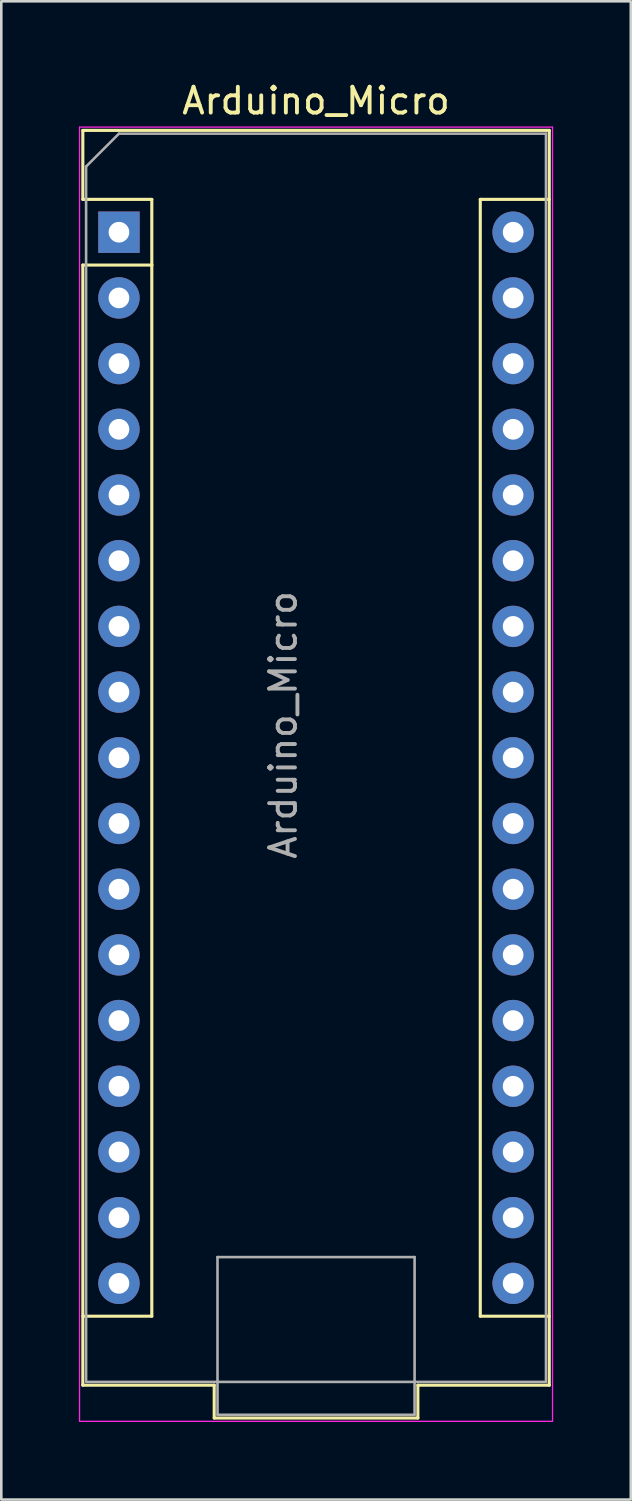
<source format=kicad_pcb>
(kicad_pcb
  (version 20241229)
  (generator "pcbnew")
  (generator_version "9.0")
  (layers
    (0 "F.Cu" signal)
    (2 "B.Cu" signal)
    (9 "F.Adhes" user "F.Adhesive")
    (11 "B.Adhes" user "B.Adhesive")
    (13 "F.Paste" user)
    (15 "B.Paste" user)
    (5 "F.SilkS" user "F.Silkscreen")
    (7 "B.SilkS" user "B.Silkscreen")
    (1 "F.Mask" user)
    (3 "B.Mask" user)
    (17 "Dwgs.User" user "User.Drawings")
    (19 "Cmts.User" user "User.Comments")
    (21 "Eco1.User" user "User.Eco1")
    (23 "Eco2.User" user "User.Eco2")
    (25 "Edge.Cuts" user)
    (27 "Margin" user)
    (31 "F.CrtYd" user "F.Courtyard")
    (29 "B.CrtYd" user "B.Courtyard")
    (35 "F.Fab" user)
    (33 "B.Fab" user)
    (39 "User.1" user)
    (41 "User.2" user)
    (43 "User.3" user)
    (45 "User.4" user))
  (footprint "Arduino_Micro"
    (layer "F.Cu")
    (at 1.549 5.928)
    (property "Reference" "Arduino_Micro" (at 7.62 -5.08 0) (layer "F.SilkS") (effects (font (size 1 1) (thickness 0.15))))
    (attr through_hole)
    (fp_line (start -1.397 -3.937) (end -1.397 -1.27) (stroke (width 0.12) (type solid)) (layer "F.SilkS"))
    (fp_line (start -1.397 1.27) (end -1.397 44.577) (stroke (width 0.12) (type solid)) (layer "F.SilkS"))
    (fp_line (start -1.397 44.577) (end 3.683 44.577) (stroke (width 0.12) (type solid)) (layer "F.SilkS"))
    (fp_line (start 1.27 -1.27) (end -1.397 -1.27) (stroke (width 0.12) (type solid)) (layer "F.SilkS"))
    (fp_line (start 1.27 1.27) (end -1.397 1.27) (stroke (width 0.12) (type solid)) (layer "F.SilkS"))
    (fp_line (start 1.27 1.27) (end 1.27 -1.27) (stroke (width 0.12) (type solid)) (layer "F.SilkS"))
    (fp_line (start 1.27 1.27) (end 1.27 41.91) (stroke (width 0.12) (type solid)) (layer "F.SilkS"))
    (fp_line (start 1.27 41.91) (end -1.397 41.91) (stroke (width 0.12) (type solid)) (layer "F.SilkS"))
    (fp_line (start 3.683 44.577) (end 3.683 45.847) (stroke (width 0.12) (type solid)) (layer "F.SilkS"))
    (fp_line (start 3.683 45.847) (end 11.557 45.847) (stroke (width 0.12) (type solid)) (layer "F.SilkS"))
    (fp_line (start 11.557 44.577) (end 11.557 45.847) (stroke (width 0.12) (type solid)) (layer "F.SilkS"))
    (fp_line (start 11.557 44.577) (end 16.637 44.577) (stroke (width 0.12) (type solid)) (layer "F.SilkS"))
    (fp_line (start 13.97 -1.27) (end 13.97 41.91) (stroke (width 0.12) (type solid)) (layer "F.SilkS"))
    (fp_line (start 13.97 -1.27) (end 16.637 -1.27) (stroke (width 0.12) (type solid)) (layer "F.SilkS"))
    (fp_line (start 13.97 41.91) (end 16.637 41.91) (stroke (width 0.12) (type solid)) (layer "F.SilkS"))
    (fp_line (start 16.637 -3.937) (end -1.397 -3.937) (stroke (width 0.12) (type solid)) (layer "F.SilkS"))
    (fp_line (start 16.637 44.577) (end 16.637 -3.937) (stroke (width 0.12) (type solid)) (layer "F.SilkS"))
    (fp_line (start -1.524 -4.064) (end -1.524 45.974) (stroke (width 0.05) (type solid)) (layer "F.CrtYd"))
    (fp_line (start -1.524 -4.064) (end 16.764 -4.064) (stroke (width 0.05) (type solid)) (layer "F.CrtYd"))
    (fp_line (start 16.764 45.974) (end -1.524 45.974) (stroke (width 0.05) (type solid)) (layer "F.CrtYd"))
    (fp_line (start 16.764 45.974) (end 16.764 -4.064) (stroke (width 0.05) (type solid)) (layer "F.CrtYd"))
    (fp_line (start -1.27 -2.54) (end 0 -3.81) (stroke (width 0.1) (type solid)) (layer "F.Fab"))
    (fp_line (start -1.27 44.45) (end -1.27 -2.54) (stroke (width 0.1) (type solid)) (layer "F.Fab"))
    (fp_line (start 0 -3.81) (end 16.51 -3.81) (stroke (width 0.1) (type solid)) (layer "F.Fab"))
    (fp_line (start 3.81 39.624) (end 11.43 39.624) (stroke (width 0.1) (type solid)) (layer "F.Fab"))
    (fp_line (start 3.81 45.72) (end 3.81 39.624) (stroke (width 0.1) (type solid)) (layer "F.Fab"))
    (fp_line (start 11.43 39.624) (end 11.43 45.72) (stroke (width 0.1) (type solid)) (layer "F.Fab"))
    (fp_line (start 11.43 45.72) (end 3.81 45.72) (stroke (width 0.1) (type solid)) (layer "F.Fab"))
    (fp_line (start 16.51 -3.81) (end 16.51 44.45) (stroke (width 0.1) (type solid)) (layer "F.Fab"))
    (fp_line (start 16.51 44.45) (end -1.27 44.45) (stroke (width 0.1) (type solid)) (layer "F.Fab"))
    (fp_text user "${REFERENCE}" (at 6.35 19.05 90) (layer "F.Fab") (effects (font (size 1 1) (thickness 0.15))))
    (pad "1" thru_hole rect (at 0 0) (size 1.6 1.6) (drill 0.8) (layers "*.Cu" "*.Mask"))
    (pad "2" thru_hole oval (at 0 2.54) (size 1.6 1.6) (drill 0.8) (layers "*.Cu" "*.Mask"))
    (pad "3" thru_hole oval (at 0 5.08) (size 1.6 1.6) (drill 0.8) (layers "*.Cu" "*.Mask"))
    (pad "4" thru_hole oval (at 0 7.62) (size 1.6 1.6) (drill 0.8) (layers "*.Cu" "*.Mask"))
    (pad "5" thru_hole oval (at 0 10.16) (size 1.6 1.6) (drill 0.8) (layers "*.Cu" "*.Mask"))
    (pad "6" thru_hole oval (at 0 12.7) (size 1.6 1.6) (drill 0.8) (layers "*.Cu" "*.Mask"))
    (pad "7" thru_hole oval (at 0 15.24) (size 1.6 1.6) (drill 0.8) (layers "*.Cu" "*.Mask"))
    (pad "8" thru_hole oval (at 0 17.78) (size 1.6 1.6) (drill 0.8) (layers "*.Cu" "*.Mask"))
    (pad "9" thru_hole oval (at 0 20.32) (size 1.6 1.6) (drill 0.8) (layers "*.Cu" "*.Mask"))
    (pad "10" thru_hole oval (at 0 22.86) (size 1.6 1.6) (drill 0.8) (layers "*.Cu" "*.Mask"))
    (pad "11" thru_hole oval (at 0 25.4) (size 1.6 1.6) (drill 0.8) (layers "*.Cu" "*.Mask"))
    (pad "12" thru_hole oval (at 0 27.94) (size 1.6 1.6) (drill 0.8) (layers "*.Cu" "*.Mask"))
    (pad "13" thru_hole oval (at 0 30.48) (size 1.6 1.6) (drill 0.8) (layers "*.Cu" "*.Mask"))
    (pad "14" thru_hole oval (at 0 33.02) (size 1.6 1.6) (drill 0.8) (layers "*.Cu" "*.Mask"))
    (pad "15" thru_hole oval (at 0 35.56) (size 1.6 1.6) (drill 0.8) (layers "*.Cu" "*.Mask"))
    (pad "16" thru_hole oval (at 0 38.1) (size 1.6 1.6) (drill 0.8) (layers "*.Cu" "*.Mask"))
    (pad "17" thru_hole oval (at 0 40.64) (size 1.6 1.6) (drill 0.8) (layers "*.Cu" "*.Mask"))
    (pad "18" thru_hole oval (at 15.24 40.64) (size 1.6 1.6) (drill 0.8) (layers "*.Cu" "*.Mask"))
    (pad "19" thru_hole oval (at 15.24 38.1) (size 1.6 1.6) (drill 0.8) (layers "*.Cu" "*.Mask"))
    (pad "20" thru_hole oval (at 15.24 35.56) (size 1.6 1.6) (drill 0.8) (layers "*.Cu" "*.Mask"))
    (pad "21" thru_hole oval (at 15.24 33.02) (size 1.6 1.6) (drill 0.8) (layers "*.Cu" "*.Mask"))
    (pad "22" thru_hole oval (at 15.24 30.48) (size 1.6 1.6) (drill 0.8) (layers "*.Cu" "*.Mask"))
    (pad "23" thru_hole oval (at 15.24 27.94) (size 1.6 1.6) (drill 0.8) (layers "*.Cu" "*.Mask"))
    (pad "24" thru_hole oval (at 15.24 25.4) (size 1.6 1.6) (drill 0.8) (layers "*.Cu" "*.Mask"))
    (pad "25" thru_hole oval (at 15.24 22.86) (size 1.6 1.6) (drill 0.8) (layers "*.Cu" "*.Mask"))
    (pad "26" thru_hole oval (at 15.24 20.32) (size 1.6 1.6) (drill 0.8) (layers "*.Cu" "*.Mask"))
    (pad "27" thru_hole oval (at 15.24 17.78) (size 1.6 1.6) (drill 0.8) (layers "*.Cu" "*.Mask"))
    (pad "28" thru_hole oval (at 15.24 15.24) (size 1.6 1.6) (drill 0.8) (layers "*.Cu" "*.Mask"))
    (pad "29" thru_hole oval (at 15.24 12.7) (size 1.6 1.6) (drill 0.8) (layers "*.Cu" "*.Mask"))
    (pad "30" thru_hole oval (at 15.24 10.16) (size 1.6 1.6) (drill 0.8) (layers "*.Cu" "*.Mask"))
    (pad "31" thru_hole oval (at 15.24 7.62) (size 1.6 1.6) (drill 0.8) (layers "*.Cu" "*.Mask"))
    (pad "32" thru_hole oval (at 15.24 5.08) (size 1.6 1.6) (drill 0.8) (layers "*.Cu" "*.Mask"))
    (pad "33" thru_hole oval (at 15.24 2.54) (size 1.6 1.6) (drill 0.8) (layers "*.Cu" "*.Mask"))
    (pad "34" thru_hole oval (at 15.24 0) (size 1.6 1.6) (drill 0.8) (layers "*.Cu" "*.Mask")))
  (gr_rect
    (start -3 -3)
    (end 21.338 54.927)
    (stroke (width 0.1) (type default))
    (fill no)
    (layer "Edge.Cuts")))
</source>
